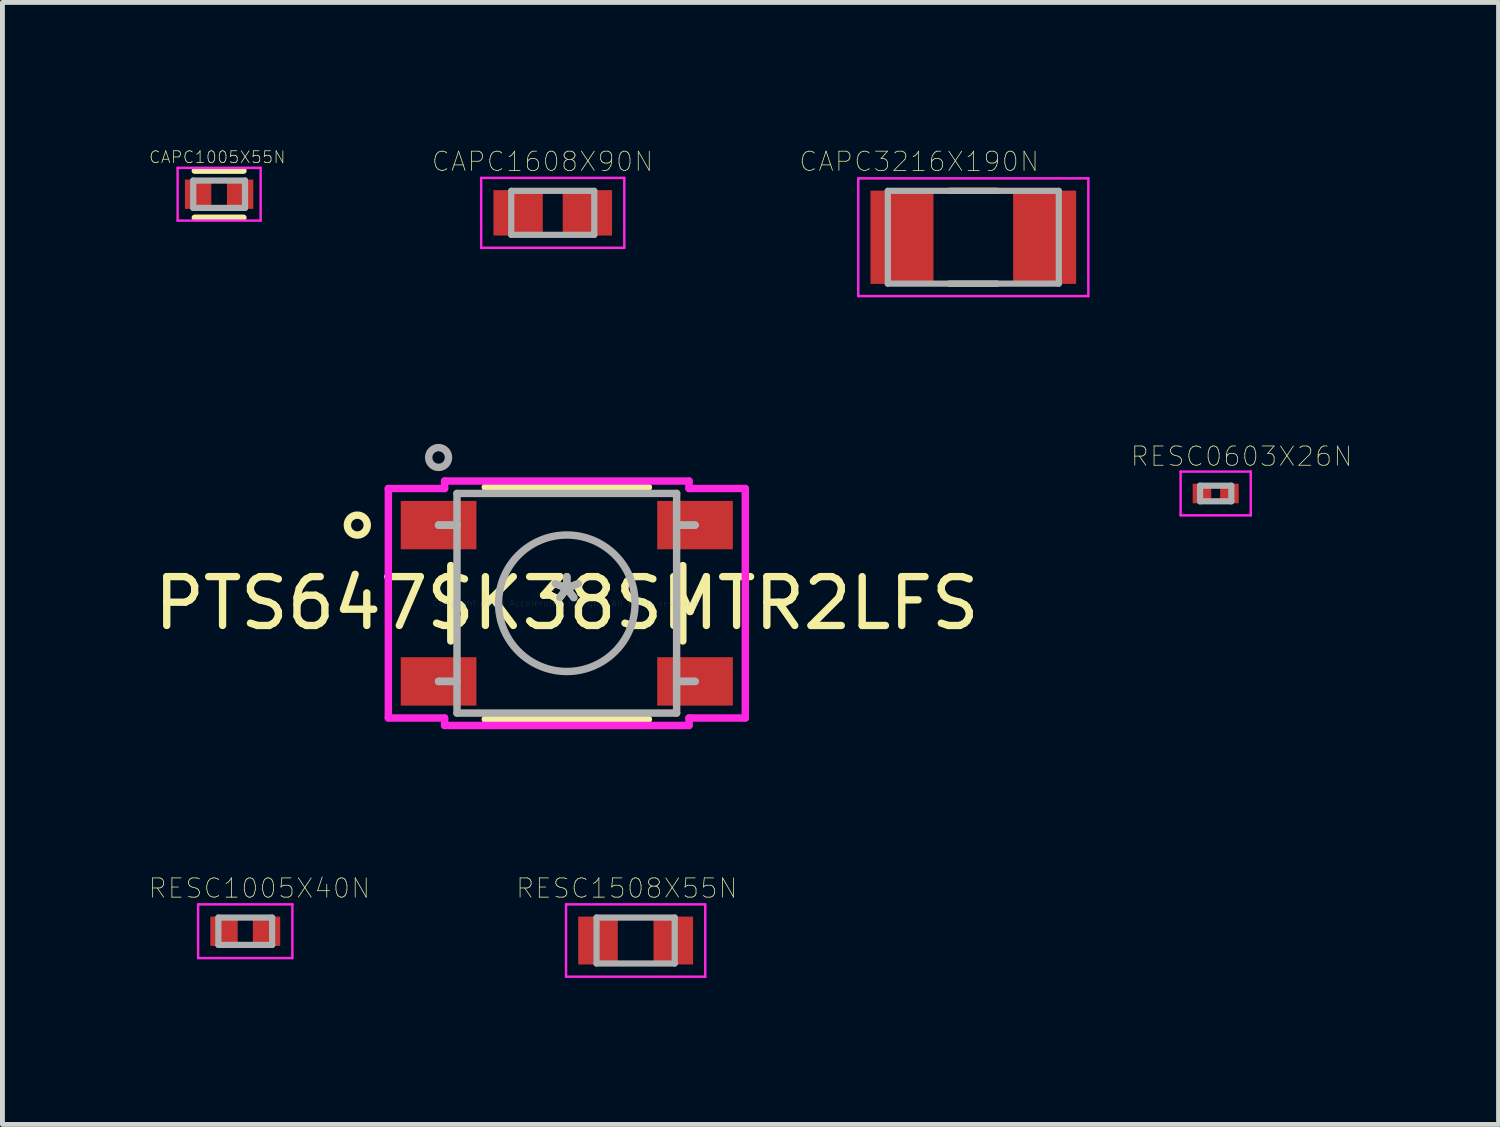
<source format=kicad_pcb>
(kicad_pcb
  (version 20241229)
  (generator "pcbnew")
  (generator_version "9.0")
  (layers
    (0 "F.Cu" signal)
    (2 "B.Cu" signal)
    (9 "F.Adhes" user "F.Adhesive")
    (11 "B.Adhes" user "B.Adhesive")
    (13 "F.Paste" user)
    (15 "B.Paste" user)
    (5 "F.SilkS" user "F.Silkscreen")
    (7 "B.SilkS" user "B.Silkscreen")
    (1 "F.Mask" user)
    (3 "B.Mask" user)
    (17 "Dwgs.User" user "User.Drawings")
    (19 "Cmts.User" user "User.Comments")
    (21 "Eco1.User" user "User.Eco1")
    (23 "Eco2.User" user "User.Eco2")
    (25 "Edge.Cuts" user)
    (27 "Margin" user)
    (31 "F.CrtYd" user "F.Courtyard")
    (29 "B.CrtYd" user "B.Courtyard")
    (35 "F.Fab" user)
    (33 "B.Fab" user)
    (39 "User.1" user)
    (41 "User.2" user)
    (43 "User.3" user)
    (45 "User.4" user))
  (footprint "RESC1508X55N"
    (layer "F.Cu")
    (at 9.963 16.205)
    (property "Reference" "RESC1508X55N" (at -0.18 -1.07 0) (layer "F.SilkS") (effects (font (size 0.394 0.394) (thickness 0.015))))
    (attr through_hole)
    (fp_line (start -1.425 -0.74) (end 1.425 -0.74) (stroke (width 0.05) (type solid)) (layer "F.CrtYd"))
    (fp_line (start -1.425 0.74) (end -1.425 -0.74) (stroke (width 0.05) (type solid)) (layer "F.CrtYd"))
    (fp_line (start -1.425 0.74) (end 1.425 0.74) (stroke (width 0.05) (type solid)) (layer "F.CrtYd"))
    (fp_line (start 1.425 0.74) (end 1.425 -0.74) (stroke (width 0.05) (type solid)) (layer "F.CrtYd"))
    (fp_line (start -0.8 0.47) (end -0.8 -0.47) (stroke (width 0.127) (type solid)) (layer "F.Fab"))
    (fp_line (start 0.8 -0.47) (end -0.8 -0.47) (stroke (width 0.127) (type solid)) (layer "F.Fab"))
    (fp_line (start 0.8 0.47) (end -0.8 0.47) (stroke (width 0.127) (type solid)) (layer "F.Fab"))
    (fp_line (start 0.8 0.47) (end 0.8 -0.47) (stroke (width 0.127) (type solid)) (layer "F.Fab"))
    (pad "1" smd rect (at -0.771 0) (size 0.81 0.98) (layers "F.Cu" "F.Mask" "F.Paste"))
    (pad "2" smd rect (at 0.771 0) (size 0.81 0.98) (layers "F.Cu" "F.Mask" "F.Paste")))
  (footprint "CAPC1005X55N"
    (layer "F.Cu")
    (at 1.436 0.926)
    (property "Reference" "CAPC1005X55N" (at -0.038 -0.758 0) (layer "F.SilkS") (effects (font (size 0.242 0.242) (thickness 0.015))))
    (attr through_hole)
    (fp_line (start -0.5 0.48) (end 0.5 0.48) (stroke (width 0.127) (type solid)) (layer "F.SilkS"))
    (fp_line (start 0.5 -0.48) (end -0.5 -0.48) (stroke (width 0.127) (type solid)) (layer "F.SilkS"))
    (fp_line (start -0.85 -0.54) (end -0.85 0.54) (stroke (width 0.05) (type solid)) (layer "F.CrtYd"))
    (fp_line (start -0.85 0.54) (end 0.85 0.54) (stroke (width 0.05) (type solid)) (layer "F.CrtYd"))
    (fp_line (start 0.85 -0.54) (end -0.85 -0.54) (stroke (width 0.05) (type solid)) (layer "F.CrtYd"))
    (fp_line (start 0.85 0.54) (end 0.85 -0.54) (stroke (width 0.05) (type solid)) (layer "F.CrtYd"))
    (fp_line (start -0.53 -0.28) (end -0.53 0.28) (stroke (width 0.127) (type solid)) (layer "F.Fab"))
    (fp_line (start -0.53 0.28) (end 0.53 0.28) (stroke (width 0.127) (type solid)) (layer "F.Fab"))
    (fp_line (start 0.53 -0.28) (end -0.53 -0.28) (stroke (width 0.127) (type solid)) (layer "F.Fab"))
    (fp_line (start 0.53 0.28) (end 0.53 -0.28) (stroke (width 0.127) (type solid)) (layer "F.Fab"))
    (pad "1" smd rect (at -0.43 0) (size 0.54 0.6) (layers "F.Cu" "F.Mask" "F.Paste"))
    (pad "2" smd rect (at 0.43 0) (size 0.54 0.6) (layers "F.Cu" "F.Mask" "F.Paste")))
  (footprint "RESC1005X40N"
    (layer "F.Cu")
    (at 1.971 16.015)
    (property "Reference" "RESC1005X40N" (at 0.29 -0.88 0) (layer "F.SilkS") (effects (font (size 0.394 0.394) (thickness 0.015))))
    (attr through_hole)
    (fp_line (start -0.965 -0.55) (end 0.965 -0.55) (stroke (width 0.05) (type solid)) (layer "F.CrtYd"))
    (fp_line (start -0.965 0.55) (end -0.965 -0.55) (stroke (width 0.05) (type solid)) (layer "F.CrtYd"))
    (fp_line (start -0.965 0.55) (end 0.965 0.55) (stroke (width 0.05) (type solid)) (layer "F.CrtYd"))
    (fp_line (start 0.965 0.55) (end 0.965 -0.55) (stroke (width 0.05) (type solid)) (layer "F.CrtYd"))
    (fp_line (start -0.55 0.28) (end -0.55 -0.28) (stroke (width 0.127) (type solid)) (layer "F.Fab"))
    (fp_line (start 0.55 -0.28) (end -0.55 -0.28) (stroke (width 0.127) (type solid)) (layer "F.Fab"))
    (fp_line (start 0.55 0.28) (end -0.55 0.28) (stroke (width 0.127) (type solid)) (layer "F.Fab"))
    (fp_line (start 0.55 0.28) (end 0.55 -0.28) (stroke (width 0.127) (type solid)) (layer "F.Fab"))
    (pad "1" smd rect (at -0.435 0) (size 0.56 0.6) (layers "F.Cu" "F.Mask" "F.Paste"))
    (pad "2" smd rect (at 0.435 0) (size 0.56 0.6) (layers "F.Cu" "F.Mask" "F.Paste")))
  (footprint "CAPC1608X90N"
    (layer "F.Cu")
    (at 8.266 1.307)
    (property "Reference" "CAPC1608X90N" (at -0.21 -1.05 0) (layer "F.SilkS") (effects (font (size 0.394 0.394) (thickness 0.015))))
    (attr through_hole)
    (fp_line (start -1.465 -0.715) (end 1.465 -0.715) (stroke (width 0.05) (type solid)) (layer "F.CrtYd"))
    (fp_line (start -1.465 0.715) (end -1.465 -0.715) (stroke (width 0.05) (type solid)) (layer "F.CrtYd"))
    (fp_line (start -1.465 0.715) (end 1.465 0.715) (stroke (width 0.05) (type solid)) (layer "F.CrtYd"))
    (fp_line (start 1.465 0.715) (end 1.465 -0.715) (stroke (width 0.05) (type solid)) (layer "F.CrtYd"))
    (fp_line (start -0.85 0.45) (end -0.85 -0.45) (stroke (width 0.127) (type solid)) (layer "F.Fab"))
    (fp_line (start 0.85 -0.45) (end -0.85 -0.45) (stroke (width 0.127) (type solid)) (layer "F.Fab"))
    (fp_line (start 0.85 0.45) (end -0.85 0.45) (stroke (width 0.127) (type solid)) (layer "F.Fab"))
    (fp_line (start 0.85 0.45) (end 0.85 -0.45) (stroke (width 0.127) (type solid)) (layer "F.Fab"))
    (pad "1" smd rect (at -0.709 0) (size 1.01 0.93) (layers "F.Cu" "F.Mask" "F.Paste"))
    (pad "2" smd rect (at 0.709 0) (size 1.01 0.93) (layers "F.Cu" "F.Mask" "F.Paste")))
  (footprint "RESC0603X26N"
    (layer "F.Cu")
    (at 21.838 7.053)
    (property "Reference" "RESC0603X26N" (at 0.53 -0.76 0) (layer "F.SilkS") (effects (font (size 0.394 0.394) (thickness 0.015))))
    (attr through_hole)
    (fp_line (start -0.718 -0.448) (end 0.718 -0.448) (stroke (width 0.05) (type solid)) (layer "F.CrtYd"))
    (fp_line (start -0.718 0.448) (end -0.718 -0.448) (stroke (width 0.05) (type solid)) (layer "F.CrtYd"))
    (fp_line (start -0.718 0.448) (end 0.718 0.448) (stroke (width 0.05) (type solid)) (layer "F.CrtYd"))
    (fp_line (start 0.718 0.448) (end 0.718 -0.448) (stroke (width 0.05) (type solid)) (layer "F.CrtYd"))
    (fp_line (start -0.32 0.16) (end -0.32 -0.16) (stroke (width 0.127) (type solid)) (layer "F.Fab"))
    (fp_line (start 0.32 -0.16) (end -0.32 -0.16) (stroke (width 0.127) (type solid)) (layer "F.Fab"))
    (fp_line (start 0.32 0.16) (end -0.32 0.16) (stroke (width 0.127) (type solid)) (layer "F.Fab"))
    (fp_line (start 0.32 0.16) (end 0.32 -0.16) (stroke (width 0.127) (type solid)) (layer "F.Fab"))
    (pad "1" smd rect (at -0.281 0) (size 0.38 0.4) (layers "F.Cu" "F.Mask" "F.Paste"))
    (pad "2" smd rect (at 0.281 0) (size 0.38 0.4) (layers "F.Cu" "F.Mask" "F.Paste")))
  (footprint "PTS647SK38SMTR2LFS"
    (layer "F.Cu")
    (at 8.554 9.3)
    (property "Reference" "PTS647SK38SMTR2LFS" (at 0 0 0) (layer "F.SilkS") (effects (font (size 1 1) (thickness 0.15))))
    (attr through_hole)
    (fp_line (start -2.375 -0.772) (end -2.375 0.772) (stroke (width 0.152) (type solid)) (layer "F.SilkS"))
    (fp_line (start -1.67 2.375) (end 1.67 2.375) (stroke (width 0.152) (type solid)) (layer "F.SilkS"))
    (fp_line (start 1.67 -2.375) (end -1.67 -2.375) (stroke (width 0.152) (type solid)) (layer "F.SilkS"))
    (fp_line (start 2.375 0.772) (end 2.375 -0.772) (stroke (width 0.152) (type solid)) (layer "F.SilkS"))
    (fp_circle (center -4.289 -1.6) (end -4.085 -1.6) (stroke (width 0.152) (type solid)) (fill no) (layer "F.SilkS"))
    (fp_line (start -3.654 -2.349) (end -2.502 -2.349) (stroke (width 0.152) (type solid)) (layer "F.CrtYd"))
    (fp_line (start -3.654 2.349) (end -3.654 -2.349) (stroke (width 0.152) (type solid)) (layer "F.CrtYd"))
    (fp_line (start -2.502 -2.502) (end 2.502 -2.502) (stroke (width 0.152) (type solid)) (layer "F.CrtYd"))
    (fp_line (start -2.502 -2.349) (end -2.502 -2.502) (stroke (width 0.152) (type solid)) (layer "F.CrtYd"))
    (fp_line (start -2.502 2.349) (end -3.654 2.349) (stroke (width 0.152) (type solid)) (layer "F.CrtYd"))
    (fp_line (start -2.502 2.502) (end -2.502 2.349) (stroke (width 0.152) (type solid)) (layer "F.CrtYd"))
    (fp_line (start 2.502 -2.502) (end 2.502 -2.349) (stroke (width 0.152) (type solid)) (layer "F.CrtYd"))
    (fp_line (start 2.502 -2.349) (end 3.654 -2.349) (stroke (width 0.152) (type solid)) (layer "F.CrtYd"))
    (fp_line (start 2.502 2.349) (end 2.502 2.502) (stroke (width 0.152) (type solid)) (layer "F.CrtYd"))
    (fp_line (start 2.502 2.502) (end -2.502 2.502) (stroke (width 0.152) (type solid)) (layer "F.CrtYd"))
    (fp_line (start 3.654 -2.349) (end 3.654 2.349) (stroke (width 0.152) (type solid)) (layer "F.CrtYd"))
    (fp_line (start 3.654 2.349) (end 2.502 2.349) (stroke (width 0.152) (type solid)) (layer "F.CrtYd"))
    (fp_line (start -2.625 -1.6) (end -2.625 -1.6) (stroke (width 0.152) (type solid)) (layer "F.Fab"))
    (fp_line (start -2.625 -1.6) (end -2.248 -1.6) (stroke (width 0.152) (type solid)) (layer "F.Fab"))
    (fp_line (start -2.625 1.6) (end -2.625 1.6) (stroke (width 0.152) (type solid)) (layer "F.Fab"))
    (fp_line (start -2.625 1.6) (end -2.248 1.6) (stroke (width 0.152) (type solid)) (layer "F.Fab"))
    (fp_line (start -2.248 -2.248) (end -2.248 2.248) (stroke (width 0.152) (type solid)) (layer "F.Fab"))
    (fp_line (start -2.248 -1.6) (end -2.625 -1.6) (stroke (width 0.152) (type solid)) (layer "F.Fab"))
    (fp_line (start -2.248 -1.6) (end -2.248 -1.6) (stroke (width 0.152) (type solid)) (layer "F.Fab"))
    (fp_line (start -2.248 1.6) (end -2.625 1.6) (stroke (width 0.152) (type solid)) (layer "F.Fab"))
    (fp_line (start -2.248 1.6) (end -2.248 1.6) (stroke (width 0.152) (type solid)) (layer "F.Fab"))
    (fp_line (start -2.248 2.248) (end 2.248 2.248) (stroke (width 0.152) (type solid)) (layer "F.Fab"))
    (fp_line (start 2.248 -2.248) (end -2.248 -2.248) (stroke (width 0.152) (type solid)) (layer "F.Fab"))
    (fp_line (start 2.248 -1.6) (end 2.248 -1.6) (stroke (width 0.152) (type solid)) (layer "F.Fab"))
    (fp_line (start 2.248 -1.6) (end 2.625 -1.6) (stroke (width 0.152) (type solid)) (layer "F.Fab"))
    (fp_line (start 2.248 1.6) (end 2.248 1.6) (stroke (width 0.152) (type solid)) (layer "F.Fab"))
    (fp_line (start 2.248 1.6) (end 2.625 1.6) (stroke (width 0.152) (type solid)) (layer "F.Fab"))
    (fp_line (start 2.248 2.248) (end 2.248 -2.248) (stroke (width 0.152) (type solid)) (layer "F.Fab"))
    (fp_line (start 2.625 -1.6) (end 2.248 -1.6) (stroke (width 0.152) (type solid)) (layer "F.Fab"))
    (fp_line (start 2.625 -1.6) (end 2.625 -1.6) (stroke (width 0.152) (type solid)) (layer "F.Fab"))
    (fp_line (start 2.625 1.6) (end 2.248 1.6) (stroke (width 0.152) (type solid)) (layer "F.Fab"))
    (fp_line (start 2.625 1.6) (end 2.625 1.6) (stroke (width 0.152) (type solid)) (layer "F.Fab"))
    (fp_circle (center -2.625 -2.984) (end -2.422 -2.984) (stroke (width 0.152) (type solid)) (fill no) (layer "F.Fab"))
    (fp_circle (center 0 0) (end 1.397 0) (stroke (width 0.152) (type solid)) (fill no) (layer "F.Fab"))
    (fp_text user "*" (at 0 0 0) (layer "F.SilkS") (effects (font (size 1 1) (thickness 0.15))))
    (fp_text user "Copyright 2016 Accelerated Designs. All rights reserved." (at 0 0 0) (layer "Cmts.User") (effects (font (size 0.127 0.127) (thickness 0.002))))
    (fp_text user "*" (at 0 0 0) (layer "F.Fab") (effects (font (size 1 1) (thickness 0.15))))
    (pad "1" smd rect (at -2.625 -1.6) (size 1.549 0.991) (layers "F.Cu" "F.Mask" "F.Paste"))
    (pad "2" smd rect (at 2.625 -1.6) (size 1.549 0.991) (layers "F.Cu" "F.Mask" "F.Paste"))
    (pad "3" smd rect (at -2.625 1.6) (size 1.549 0.991) (layers "F.Cu" "F.Mask" "F.Paste"))
    (pad "4" smd rect (at 2.625 1.6) (size 1.549 0.991) (layers "F.Cu" "F.Mask" "F.Paste")))
  (footprint "CAPC3216X190N"
    (layer "F.Cu")
    (at 16.876 1.807)
    (property "Reference" "CAPC3216X190N" (at -1.11 -1.55 0) (layer "F.SilkS") (effects (font (size 0.394 0.394) (thickness 0.015))))
    (attr through_hole)
    (fp_line (start -0.49 -0.95) (end 0.49 -0.95) (stroke (width 0.127) (type solid)) (layer "F.SilkS"))
    (fp_line (start -0.49 0.95) (end 0.49 0.95) (stroke (width 0.127) (type solid)) (layer "F.SilkS"))
    (fp_line (start -2.355 -1.205) (end 2.355 -1.205) (stroke (width 0.05) (type solid)) (layer "F.CrtYd"))
    (fp_line (start -2.355 1.205) (end -2.355 -1.205) (stroke (width 0.05) (type solid)) (layer "F.CrtYd"))
    (fp_line (start -2.355 1.205) (end 2.355 1.205) (stroke (width 0.05) (type solid)) (layer "F.CrtYd"))
    (fp_line (start 2.355 1.205) (end 2.355 -1.205) (stroke (width 0.05) (type solid)) (layer "F.CrtYd"))
    (fp_line (start -1.75 0.95) (end -1.75 -0.95) (stroke (width 0.127) (type solid)) (layer "F.Fab"))
    (fp_line (start 1.75 -0.95) (end -1.75 -0.95) (stroke (width 0.127) (type solid)) (layer "F.Fab"))
    (fp_line (start 1.75 0.95) (end -1.75 0.95) (stroke (width 0.127) (type solid)) (layer "F.Fab"))
    (fp_line (start 1.75 0.95) (end 1.75 -0.95) (stroke (width 0.127) (type solid)) (layer "F.Fab"))
    (pad "1" smd rect (at -1.46 0) (size 1.29 1.91) (layers "F.Cu" "F.Mask" "F.Paste"))
    (pad "2" smd rect (at 1.46 0) (size 1.29 1.91) (layers "F.Cu" "F.Mask" "F.Paste")))
  (gr_rect
    (start -3 -3)
    (end 27.629 19.97)
    (stroke (width 0.1) (type default))
    (fill no)
    (layer "Edge.Cuts")))
</source>
